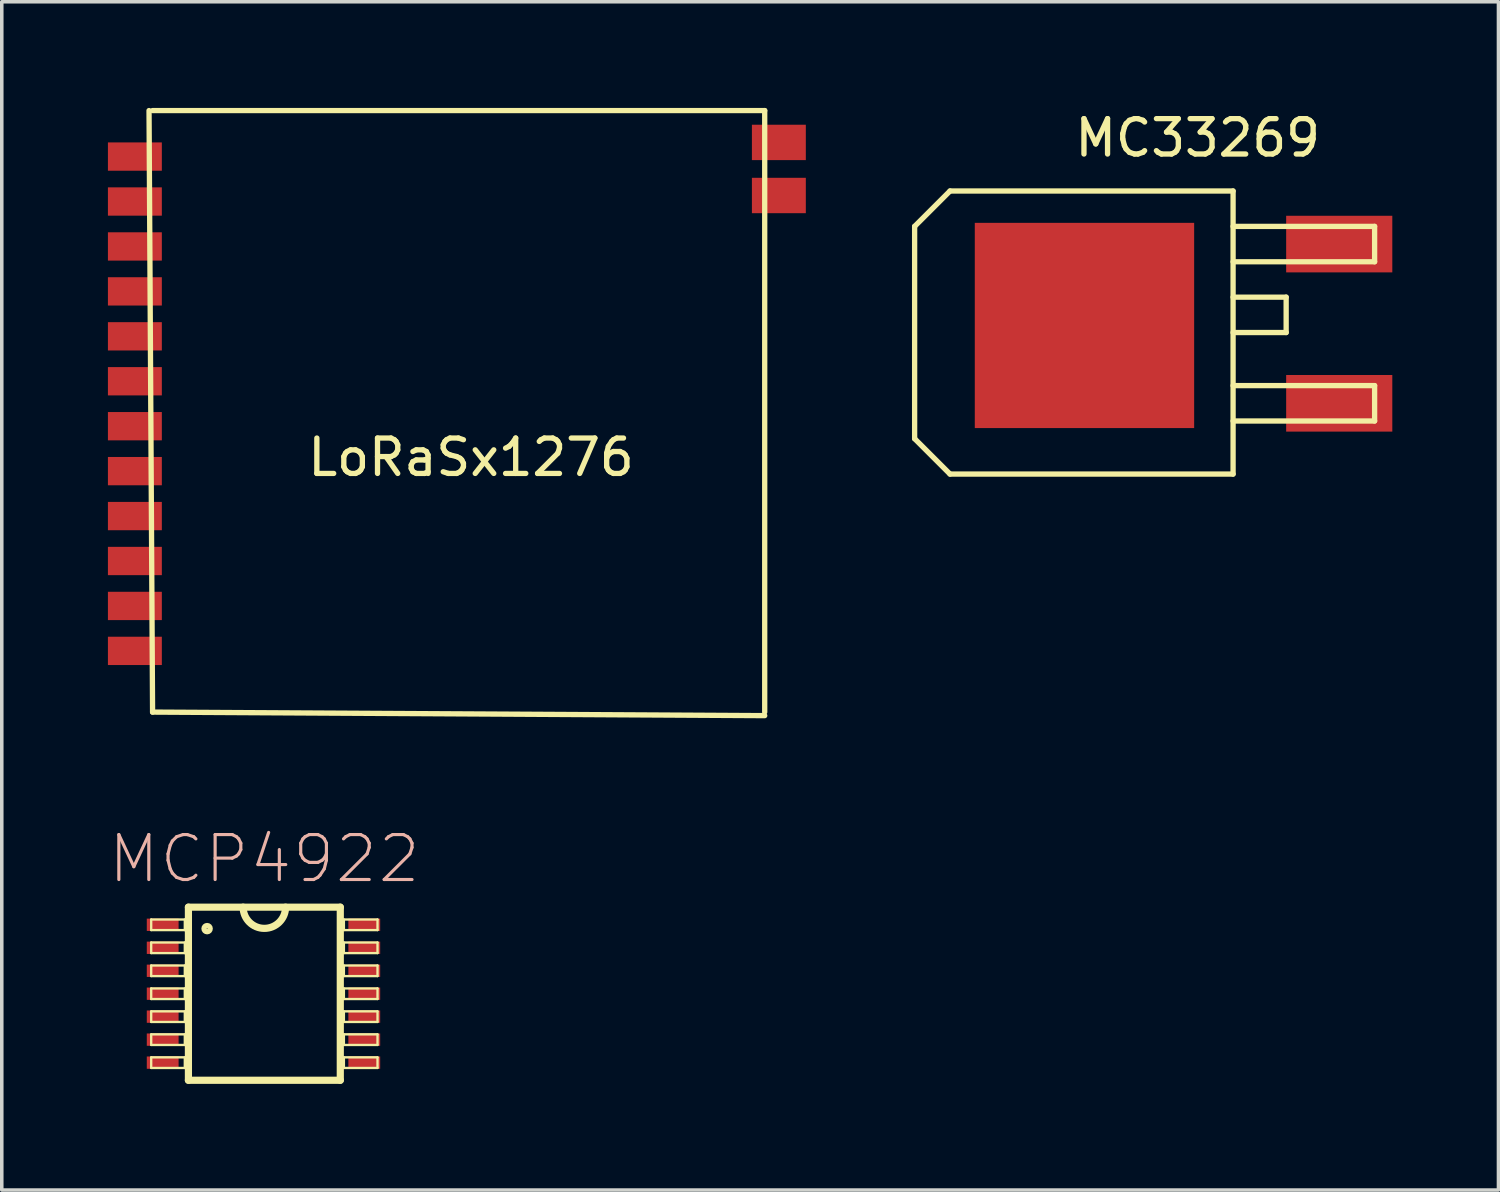
<source format=kicad_pcb>
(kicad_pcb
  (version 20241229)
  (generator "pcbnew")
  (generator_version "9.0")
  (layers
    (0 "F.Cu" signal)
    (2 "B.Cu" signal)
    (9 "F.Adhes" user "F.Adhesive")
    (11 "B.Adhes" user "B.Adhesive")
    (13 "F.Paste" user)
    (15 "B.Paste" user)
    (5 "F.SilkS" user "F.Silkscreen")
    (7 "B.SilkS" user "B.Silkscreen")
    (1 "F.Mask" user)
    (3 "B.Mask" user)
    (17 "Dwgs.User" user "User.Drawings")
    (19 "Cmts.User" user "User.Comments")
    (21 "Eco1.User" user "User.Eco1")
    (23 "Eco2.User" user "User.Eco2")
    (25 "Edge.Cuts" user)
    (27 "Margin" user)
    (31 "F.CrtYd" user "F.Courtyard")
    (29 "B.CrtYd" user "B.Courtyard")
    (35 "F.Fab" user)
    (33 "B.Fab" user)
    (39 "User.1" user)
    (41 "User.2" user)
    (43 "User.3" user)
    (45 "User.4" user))
  (footprint "MCP4922"
    (layer "F.Cu")
    (at 4.421 25.034)
    (property "Reference" "MCP4922" (at 0 -3.81 0) (layer "B.SilkS") (effects (font (size 1.27 1.27) (thickness 0.089))))
    (attr smd)
    (fp_line (start -3.198 -2.098) (end -2.248 -2.098) (stroke (width 0.066) (type solid)) (layer "F.SilkS"))
    (fp_line (start -3.198 -1.798) (end -3.198 -2.098) (stroke (width 0.066) (type solid)) (layer "F.SilkS"))
    (fp_line (start -3.198 -1.798) (end -2.248 -1.798) (stroke (width 0.066) (type solid)) (layer "F.SilkS"))
    (fp_line (start -3.198 -1.448) (end -2.248 -1.448) (stroke (width 0.066) (type solid)) (layer "F.SilkS"))
    (fp_line (start -3.198 -1.148) (end -3.198 -1.448) (stroke (width 0.066) (type solid)) (layer "F.SilkS"))
    (fp_line (start -3.198 -1.148) (end -2.248 -1.148) (stroke (width 0.066) (type solid)) (layer "F.SilkS"))
    (fp_line (start -3.198 -0.798) (end -2.248 -0.798) (stroke (width 0.066) (type solid)) (layer "F.SilkS"))
    (fp_line (start -3.198 -0.498) (end -3.198 -0.798) (stroke (width 0.066) (type solid)) (layer "F.SilkS"))
    (fp_line (start -3.198 -0.498) (end -2.248 -0.498) (stroke (width 0.066) (type solid)) (layer "F.SilkS"))
    (fp_line (start -3.198 -0.15) (end -2.248 -0.15) (stroke (width 0.066) (type solid)) (layer "F.SilkS"))
    (fp_line (start -3.198 0.15) (end -3.198 -0.15) (stroke (width 0.066) (type solid)) (layer "F.SilkS"))
    (fp_line (start -3.198 0.15) (end -2.248 0.15) (stroke (width 0.066) (type solid)) (layer "F.SilkS"))
    (fp_line (start -3.198 0.498) (end -2.248 0.498) (stroke (width 0.066) (type solid)) (layer "F.SilkS"))
    (fp_line (start -3.198 0.798) (end -3.198 0.498) (stroke (width 0.066) (type solid)) (layer "F.SilkS"))
    (fp_line (start -3.198 0.798) (end -2.248 0.798) (stroke (width 0.066) (type solid)) (layer "F.SilkS"))
    (fp_line (start -3.198 1.148) (end -2.248 1.148) (stroke (width 0.066) (type solid)) (layer "F.SilkS"))
    (fp_line (start -3.198 1.448) (end -3.198 1.148) (stroke (width 0.066) (type solid)) (layer "F.SilkS"))
    (fp_line (start -3.198 1.448) (end -2.248 1.448) (stroke (width 0.066) (type solid)) (layer "F.SilkS"))
    (fp_line (start -3.198 1.798) (end -2.248 1.798) (stroke (width 0.066) (type solid)) (layer "F.SilkS"))
    (fp_line (start -3.198 2.098) (end -3.198 1.798) (stroke (width 0.066) (type solid)) (layer "F.SilkS"))
    (fp_line (start -3.198 2.098) (end -2.248 2.098) (stroke (width 0.066) (type solid)) (layer "F.SilkS"))
    (fp_line (start -2.248 -1.798) (end -2.248 -2.098) (stroke (width 0.066) (type solid)) (layer "F.SilkS"))
    (fp_line (start -2.248 -1.148) (end -2.248 -1.448) (stroke (width 0.066) (type solid)) (layer "F.SilkS"))
    (fp_line (start -2.248 -0.498) (end -2.248 -0.798) (stroke (width 0.066) (type solid)) (layer "F.SilkS"))
    (fp_line (start -2.248 0.15) (end -2.248 -0.15) (stroke (width 0.066) (type solid)) (layer "F.SilkS"))
    (fp_line (start -2.248 0.798) (end -2.248 0.498) (stroke (width 0.066) (type solid)) (layer "F.SilkS"))
    (fp_line (start -2.248 1.448) (end -2.248 1.148) (stroke (width 0.066) (type solid)) (layer "F.SilkS"))
    (fp_line (start -2.248 2.098) (end -2.248 1.798) (stroke (width 0.066) (type solid)) (layer "F.SilkS"))
    (fp_line (start -2.146 -2.446) (end -2.146 2.446) (stroke (width 0.203) (type solid)) (layer "F.SilkS"))
    (fp_line (start -2.146 2.446) (end 2.146 2.446) (stroke (width 0.203) (type solid)) (layer "F.SilkS"))
    (fp_line (start 2.146 -2.446) (end -2.146 -2.446) (stroke (width 0.203) (type solid)) (layer "F.SilkS"))
    (fp_line (start 2.146 2.446) (end 2.146 -2.446) (stroke (width 0.203) (type solid)) (layer "F.SilkS"))
    (fp_line (start 2.248 -2.098) (end 3.198 -2.098) (stroke (width 0.066) (type solid)) (layer "F.SilkS"))
    (fp_line (start 2.248 -1.798) (end 2.248 -2.098) (stroke (width 0.066) (type solid)) (layer "F.SilkS"))
    (fp_line (start 2.248 -1.798) (end 3.198 -1.798) (stroke (width 0.066) (type solid)) (layer "F.SilkS"))
    (fp_line (start 2.248 -1.448) (end 3.198 -1.448) (stroke (width 0.066) (type solid)) (layer "F.SilkS"))
    (fp_line (start 2.248 -1.148) (end 2.248 -1.448) (stroke (width 0.066) (type solid)) (layer "F.SilkS"))
    (fp_line (start 2.248 -1.148) (end 3.198 -1.148) (stroke (width 0.066) (type solid)) (layer "F.SilkS"))
    (fp_line (start 2.248 -0.798) (end 3.198 -0.798) (stroke (width 0.066) (type solid)) (layer "F.SilkS"))
    (fp_line (start 2.248 -0.498) (end 2.248 -0.798) (stroke (width 0.066) (type solid)) (layer "F.SilkS"))
    (fp_line (start 2.248 -0.498) (end 3.198 -0.498) (stroke (width 0.066) (type solid)) (layer "F.SilkS"))
    (fp_line (start 2.248 -0.15) (end 3.198 -0.15) (stroke (width 0.066) (type solid)) (layer "F.SilkS"))
    (fp_line (start 2.248 0.15) (end 2.248 -0.15) (stroke (width 0.066) (type solid)) (layer "F.SilkS"))
    (fp_line (start 2.248 0.15) (end 3.198 0.15) (stroke (width 0.066) (type solid)) (layer "F.SilkS"))
    (fp_line (start 2.248 0.498) (end 3.198 0.498) (stroke (width 0.066) (type solid)) (layer "F.SilkS"))
    (fp_line (start 2.248 0.798) (end 2.248 0.498) (stroke (width 0.066) (type solid)) (layer "F.SilkS"))
    (fp_line (start 2.248 0.798) (end 3.198 0.798) (stroke (width 0.066) (type solid)) (layer "F.SilkS"))
    (fp_line (start 2.248 1.148) (end 3.198 1.148) (stroke (width 0.066) (type solid)) (layer "F.SilkS"))
    (fp_line (start 2.248 1.448) (end 2.248 1.148) (stroke (width 0.066) (type solid)) (layer "F.SilkS"))
    (fp_line (start 2.248 1.448) (end 3.198 1.448) (stroke (width 0.066) (type solid)) (layer "F.SilkS"))
    (fp_line (start 2.248 1.798) (end 3.198 1.798) (stroke (width 0.066) (type solid)) (layer "F.SilkS"))
    (fp_line (start 2.248 2.098) (end 2.248 1.798) (stroke (width 0.066) (type solid)) (layer "F.SilkS"))
    (fp_line (start 2.248 2.098) (end 3.198 2.098) (stroke (width 0.066) (type solid)) (layer "F.SilkS"))
    (fp_line (start 3.198 -1.798) (end 3.198 -2.098) (stroke (width 0.066) (type solid)) (layer "F.SilkS"))
    (fp_line (start 3.198 -1.148) (end 3.198 -1.448) (stroke (width 0.066) (type solid)) (layer "F.SilkS"))
    (fp_line (start 3.198 -0.498) (end 3.198 -0.798) (stroke (width 0.066) (type solid)) (layer "F.SilkS"))
    (fp_line (start 3.198 0.15) (end 3.198 -0.15) (stroke (width 0.066) (type solid)) (layer "F.SilkS"))
    (fp_line (start 3.198 0.798) (end 3.198 0.498) (stroke (width 0.066) (type solid)) (layer "F.SilkS"))
    (fp_line (start 3.198 1.448) (end 3.198 1.148) (stroke (width 0.066) (type solid)) (layer "F.SilkS"))
    (fp_line (start 3.198 2.098) (end 3.198 1.798) (stroke (width 0.066) (type solid)) (layer "F.SilkS"))
    (fp_arc (start 0.59944 -2.44602) (mid 0 -1.84658) (end -0.59944 -2.44602) (stroke (width 0.2032) (type solid)) (layer "F.SilkS"))
    (fp_circle (center -1.618 -1.839) (end -1.679 -1.9) (stroke (width 0.152) (type solid)) (fill no) (layer "F.SilkS"))
    (pad "1" smd rect (at -2.873 -1.948) (size 0.899 0.348) (layers "F.Cu" "F.Mask" "F.Paste"))
    (pad "2" smd rect (at -2.873 -1.298) (size 0.899 0.348) (layers "F.Cu" "F.Mask" "F.Paste"))
    (pad "3" smd rect (at -2.873 -0.648) (size 0.899 0.348) (layers "F.Cu" "F.Mask" "F.Paste"))
    (pad "4" smd rect (at -2.873 0) (size 0.899 0.348) (layers "F.Cu" "F.Mask" "F.Paste"))
    (pad "5" smd rect (at -2.873 0.648) (size 0.899 0.348) (layers "F.Cu" "F.Mask" "F.Paste"))
    (pad "6" smd rect (at -2.873 1.298) (size 0.899 0.348) (layers "F.Cu" "F.Mask" "F.Paste"))
    (pad "7" smd rect (at -2.873 1.948) (size 0.899 0.348) (layers "F.Cu" "F.Mask" "F.Paste"))
    (pad "8" smd rect (at 2.824 1.948) (size 0.899 0.348) (layers "F.Cu" "F.Mask" "F.Paste"))
    (pad "9" smd rect (at 2.824 1.298) (size 0.899 0.348) (layers "F.Cu" "F.Mask" "F.Paste"))
    (pad "10" smd rect (at 2.824 0.648) (size 0.899 0.348) (layers "F.Cu" "F.Mask" "F.Paste"))
    (pad "11" smd rect (at 2.824 0) (size 0.899 0.348) (layers "F.Cu" "F.Mask" "F.Paste"))
    (pad "12" smd rect (at 2.824 -0.648) (size 0.899 0.348) (layers "F.Cu" "F.Mask" "F.Paste"))
    (pad "13" smd rect (at 2.824 -1.298) (size 0.899 0.348) (layers "F.Cu" "F.Mask" "F.Paste"))
    (pad "14" smd rect (at 2.824 -1.948) (size 0.899 0.348) (layers "F.Cu" "F.Mask" "F.Paste")))
  (footprint "LoRaSx1276"
    (layer "F.Cu")
    (at 1.262 17.075)
    (property "Reference" "LoRaSx1276" (at 9 -7.2 0) (layer "F.SilkS") (effects (font (size 1 1) (thickness 0.15))))
    (attr through_hole)
    (fp_line (start 0 -17) (end 17.3 -17) (stroke (width 0.15) (type solid)) (layer "F.SilkS"))
    (fp_line (start 0 0) (end -0.1 -17) (stroke (width 0.15) (type solid)) (layer "F.SilkS"))
    (fp_line (start 0 0) (end 17.3 0.1) (stroke (width 0.15) (type solid)) (layer "F.SilkS"))
    (fp_line (start 17.3 -17) (end 17.3 0) (stroke (width 0.15) (type solid)) (layer "F.SilkS"))
    (pad "1" smd rect (at -0.5 -15.7) (size 1.524 0.8) (layers "F.Cu" "F.Mask" "F.Paste"))
    (pad "2" smd rect (at -0.5 -14.43) (size 1.524 0.8) (layers "F.Cu" "F.Mask" "F.Paste"))
    (pad "3" smd rect (at -0.5 -13.16) (size 1.524 0.8) (layers "F.Cu" "F.Mask" "F.Paste"))
    (pad "4" smd rect (at -0.5 -11.89) (size 1.524 0.8) (layers "F.Cu" "F.Mask" "F.Paste"))
    (pad "5" smd rect (at -0.5 -10.62) (size 1.524 0.8) (layers "F.Cu" "F.Mask" "F.Paste"))
    (pad "6" smd rect (at -0.5 -9.35) (size 1.524 0.8) (layers "F.Cu" "F.Mask" "F.Paste"))
    (pad "7" smd rect (at -0.5 -8.08) (size 1.524 0.8) (layers "F.Cu" "F.Mask" "F.Paste"))
    (pad "8" smd rect (at -0.5 -6.81) (size 1.524 0.8) (layers "F.Cu" "F.Mask" "F.Paste"))
    (pad "9" smd rect (at -0.5 -5.54) (size 1.524 0.8) (layers "F.Cu" "F.Mask" "F.Paste"))
    (pad "10" smd rect (at -0.5 -4.27) (size 1.524 0.8) (layers "F.Cu" "F.Mask" "F.Paste"))
    (pad "11" smd rect (at -0.5 -3) (size 1.524 0.8) (layers "F.Cu" "F.Mask" "F.Paste"))
    (pad "12" smd rect (at -0.5 -1.73) (size 1.524 0.8) (layers "F.Cu" "F.Mask" "F.Paste"))
    (pad "13" smd rect (at 17.7 -16.1) (size 1.524 1) (layers "F.Cu" "F.Mask" "F.Paste"))
    (pad "14" smd rect (at 17.7 -14.6) (size 1.524 1) (layers "F.Cu" "F.Mask" "F.Paste")))
  (footprint "MC33269"
    (layer "F.Cu")
    (at 34.799 8.348)
    (property "Reference" "MC33269" (at -4 -7.5 0) (layer "F.SilkS") (effects (font (size 1 1) (thickness 0.15))))
    (fp_line (start -12 -5) (end -12 1) (stroke (width 0.15) (type solid)) (layer "F.SilkS"))
    (fp_line (start -12 1) (end -11 2) (stroke (width 0.15) (type solid)) (layer "F.SilkS"))
    (fp_line (start -11 -6) (end -12 -5) (stroke (width 0.15) (type solid)) (layer "F.SilkS"))
    (fp_line (start -11 2) (end -3 2) (stroke (width 0.15) (type solid)) (layer "F.SilkS"))
    (fp_line (start -3 -6) (end -11 -6) (stroke (width 0.15) (type solid)) (layer "F.SilkS"))
    (fp_line (start -3 -5) (end 1 -5) (stroke (width 0.15) (type solid)) (layer "F.SilkS"))
    (fp_line (start -3 -3) (end -1.5 -3) (stroke (width 0.15) (type solid)) (layer "F.SilkS"))
    (fp_line (start -3 -0.5) (end 1 -0.5) (stroke (width 0.15) (type solid)) (layer "F.SilkS"))
    (fp_line (start -3 2) (end -3 -6) (stroke (width 0.15) (type solid)) (layer "F.SilkS"))
    (fp_line (start -1.5 -3) (end -1.5 -2) (stroke (width 0.15) (type solid)) (layer "F.SilkS"))
    (fp_line (start -1.5 -2) (end -3 -2) (stroke (width 0.15) (type solid)) (layer "F.SilkS"))
    (fp_line (start 1 -5) (end 1 -4) (stroke (width 0.15) (type solid)) (layer "F.SilkS"))
    (fp_line (start 1 -4) (end -3 -4) (stroke (width 0.15) (type solid)) (layer "F.SilkS"))
    (fp_line (start 1 -0.5) (end 1 0.5) (stroke (width 0.15) (type solid)) (layer "F.SilkS"))
    (fp_line (start 1 0.5) (end -3 0.5) (stroke (width 0.15) (type solid)) (layer "F.SilkS"))
    (pad "1" smd rect (at 0 0) (size 3 1.6) (layers "F.Cu" "F.Mask" "F.Paste"))
    (pad "2" smd rect (at -7.2 -2.2) (size 6.2 5.8) (layers "F.Cu" "F.Mask" "F.Paste"))
    (pad "3" smd rect (at 0 -4.5) (size 3 1.6) (layers "F.Cu" "F.Mask" "F.Paste")))
  (gr_rect
    (start -3 -3)
    (end 39.299 30.582)
    (stroke (width 0.1) (type default))
    (fill no)
    (layer "Edge.Cuts")))
</source>
